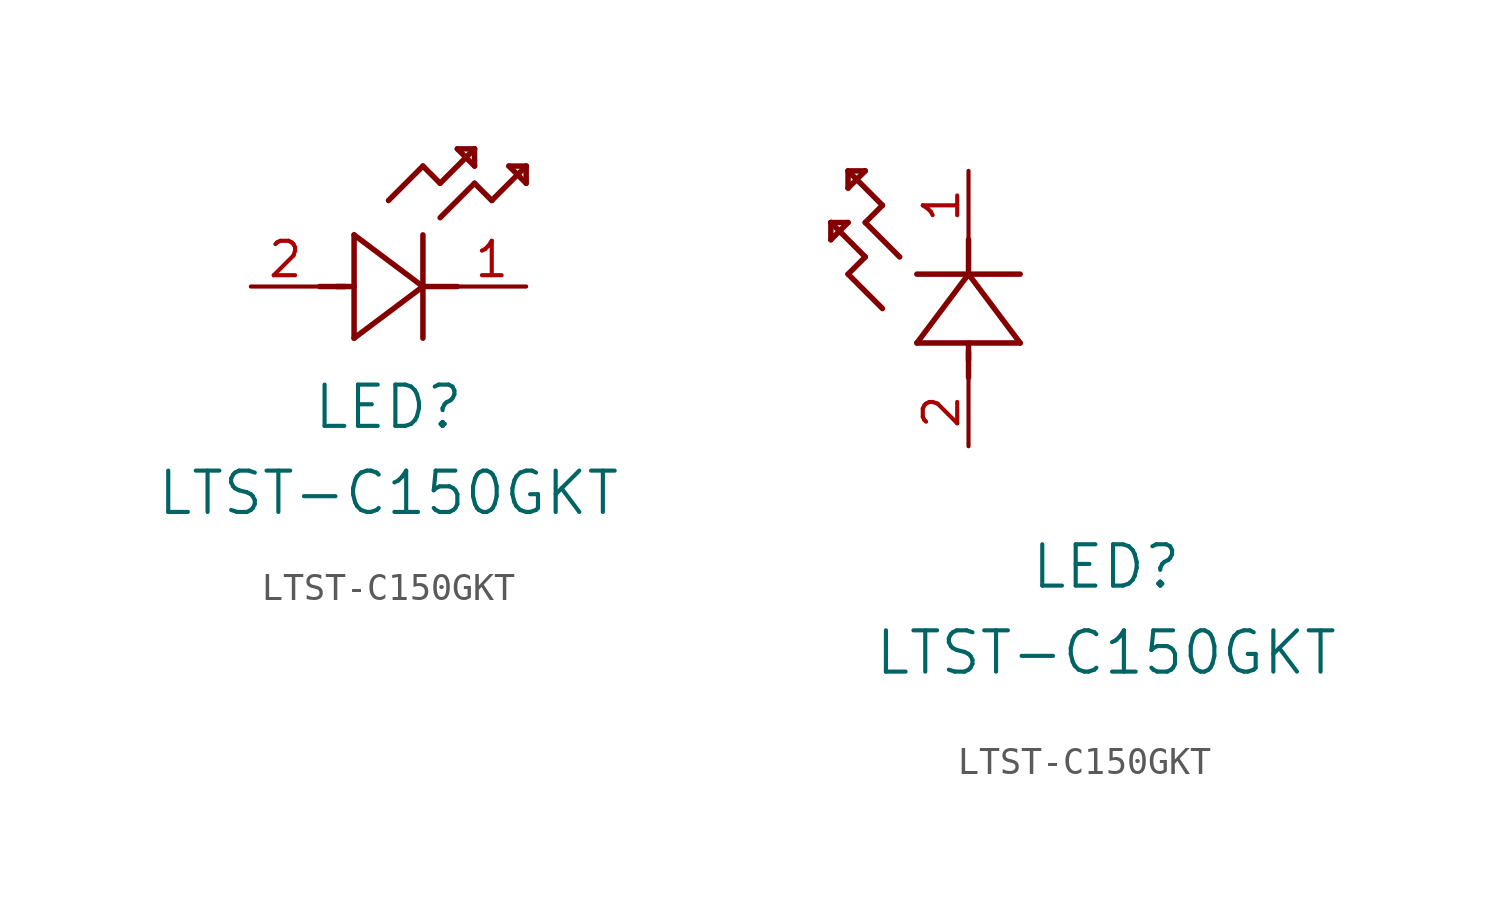
<source format=kicad_sym>
(kicad_symbol_lib
  (version 20211014)
  (generator kicad_symbol_editor)
  (symbol "LTST-C150GKT"
    (pin_names
      (offset 0.254))
    (property "Reference" "LED"
      (at 5.08 -4.445 0)
      (effects (font (size 1.524 1.524))))
    (property "Value" "LTST-C150GKT"
      (at 5.08 -7.62 0)
      (effects (font (size 1.524 1.524))))
    (symbol "LTST-C150GKT_1_1"
      (polyline (pts (xy 2.54 0) (xy 3.48 0)) (stroke (width 0.203) (type default) (color 0 0 0 0)) (fill (type none)))
      (polyline (pts (xy 3.81 1.905) (xy 3.81 -1.905)) (stroke (width 0.203) (type default) (color 0 0 0 0)) (fill (type none)))
      (polyline (pts (xy 3.175 0) (xy 3.81 0)) (stroke (width 0.203) (type default) (color 0 0 0 0)) (fill (type none)))
      (polyline (pts (xy 6.35 -1.905) (xy 6.35 1.905)) (stroke (width 0.203) (type default) (color 0 0 0 0)) (fill (type none)))
      (polyline (pts (xy 6.35 0) (xy 7.62 0)) (stroke (width 0.203) (type default) (color 0 0 0 0)) (fill (type none)))
      (polyline (pts (xy 6.35 4.445) (xy 6.985 3.81)) (stroke (width 0.203) (type default) (color 0 0 0 0)) (fill (type none)))
      (polyline (pts (xy 6.985 3.81) (xy 8.255 5.08)) (stroke (width 0.203) (type default) (color 0 0 0 0)) (fill (type none)))
      (polyline (pts (xy 8.255 3.81) (xy 8.89 3.175)) (stroke (width 0.203) (type default) (color 0 0 0 0)) (fill (type none)))
      (polyline (pts (xy 8.89 3.175) (xy 10.16 4.445)) (stroke (width 0.203) (type default) (color 0 0 0 0)) (fill (type none)))
      (polyline (pts (xy 8.255 5.08) (xy 7.62 5.08)) (stroke (width 0.203) (type default) (color 0 0 0 0)) (fill (type none)))
      (polyline (pts (xy 7.62 5.08) (xy 8.255 4.445)) (stroke (width 0.203) (type default) (color 0 0 0 0)) (fill (type none)))
      (polyline (pts (xy 8.255 4.445) (xy 8.255 5.08)) (stroke (width 0.203) (type default) (color 0 0 0 0)) (fill (type none)))
      (polyline (pts (xy 10.16 4.445) (xy 9.525 4.445)) (stroke (width 0.203) (type default) (color 0 0 0 0)) (fill (type none)))
      (polyline (pts (xy 9.525 4.445) (xy 10.16 3.81)) (stroke (width 0.203) (type default) (color 0 0 0 0)) (fill (type none)))
      (polyline (pts (xy 10.16 3.81) (xy 10.16 4.445)) (stroke (width 0.203) (type default) (color 0 0 0 0)) (fill (type none)))
      (polyline (pts (xy 6.985 2.54) (xy 8.255 3.81)) (stroke (width 0.203) (type default) (color 0 0 0 0)) (fill (type none)))
      (polyline (pts (xy 6.35 0) (xy 3.81 1.905)) (stroke (width 0.203) (type default) (color 0 0 0 0)) (fill (type none)))
      (polyline (pts (xy 3.81 -1.905) (xy 6.35 0)) (stroke (width 0.203) (type default) (color 0 0 0 0)) (fill (type none)))
      (polyline (pts (xy 5.08 3.175) (xy 6.35 4.445)) (stroke (width 0.203) (type default) (color 0 0 0 0)) (fill (type none)))
      (pin unspecified line (at 10.16 0 180) (length 2.54) (name "" (effects (font (size 1.27 1.27)))) (number "1" (effects (font (size 1.27 1.27)))))
      (pin unspecified line (at 0 0 0) (length 2.54) (name "" (effects (font (size 1.27 1.27)))) (number "2" (effects (font (size 1.27 1.27))))))
    (symbol "LTST-C150GKT_1_2"
      (polyline (pts (xy 0 2.54) (xy 0 3.48)) (stroke (width 0.203) (type default) (color 0 0 0 0)) (fill (type none)))
      (polyline (pts (xy -1.905 3.81) (xy 1.905 3.81)) (stroke (width 0.203) (type default) (color 0 0 0 0)) (fill (type none)))
      (polyline (pts (xy 0 3.175) (xy 0 3.81)) (stroke (width 0.203) (type default) (color 0 0 0 0)) (fill (type none)))
      (polyline (pts (xy 1.905 6.35) (xy -1.905 6.35)) (stroke (width 0.203) (type default) (color 0 0 0 0)) (fill (type none)))
      (polyline (pts (xy 0 6.35) (xy 0 7.62)) (stroke (width 0.203) (type default) (color 0 0 0 0)) (fill (type none)))
      (polyline (pts (xy 0 6.35) (xy -1.905 3.81)) (stroke (width 0.203) (type default) (color 0 0 0 0)) (fill (type none)))
      (polyline (pts (xy 1.905 3.81) (xy 0 6.35)) (stroke (width 0.203) (type default) (color 0 0 0 0)) (fill (type none)))
      (polyline (pts (xy -4.445 6.35) (xy -3.81 6.985)) (stroke (width 0.203) (type default) (color 0 0 0 0)) (fill (type none)))
      (polyline (pts (xy -2.54 6.985) (xy -3.81 8.255)) (stroke (width 0.203) (type default) (color 0 0 0 0)) (fill (type none)))
      (polyline (pts (xy -3.175 5.08) (xy -4.445 6.35)) (stroke (width 0.203) (type default) (color 0 0 0 0)) (fill (type none)))
      (polyline (pts (xy -4.445 10.16) (xy -4.445 9.525)) (stroke (width 0.203) (type default) (color 0 0 0 0)) (fill (type none)))
      (polyline (pts (xy -4.445 9.525) (xy -3.81 10.16)) (stroke (width 0.203) (type default) (color 0 0 0 0)) (fill (type none)))
      (polyline (pts (xy -3.81 10.16) (xy -4.445 10.16)) (stroke (width 0.203) (type default) (color 0 0 0 0)) (fill (type none)))
      (polyline (pts (xy -3.81 8.255) (xy -3.175 8.89)) (stroke (width 0.203) (type default) (color 0 0 0 0)) (fill (type none)))
      (polyline (pts (xy -3.175 8.89) (xy -4.445 10.16)) (stroke (width 0.203) (type default) (color 0 0 0 0)) (fill (type none)))
      (polyline (pts (xy -3.81 6.985) (xy -5.08 8.255)) (stroke (width 0.203) (type default) (color 0 0 0 0)) (fill (type none)))
      (polyline (pts (xy -5.08 8.255) (xy -5.08 7.62)) (stroke (width 0.203) (type default) (color 0 0 0 0)) (fill (type none)))
      (polyline (pts (xy -5.08 7.62) (xy -4.445 8.255)) (stroke (width 0.203) (type default) (color 0 0 0 0)) (fill (type none)))
      (polyline (pts (xy -4.445 8.255) (xy -5.08 8.255)) (stroke (width 0.203) (type default) (color 0 0 0 0)) (fill (type none)))
      (pin unspecified line (at 0 10.16 270) (length 2.54) (name "" (effects (font (size 1.27 1.27)))) (number "1" (effects (font (size 1.27 1.27)))))
      (pin unspecified line (at 0 0 90) (length 2.54) (name "" (effects (font (size 1.27 1.27)))) (number "2" (effects (font (size 1.27 1.27))))))))
</source>
